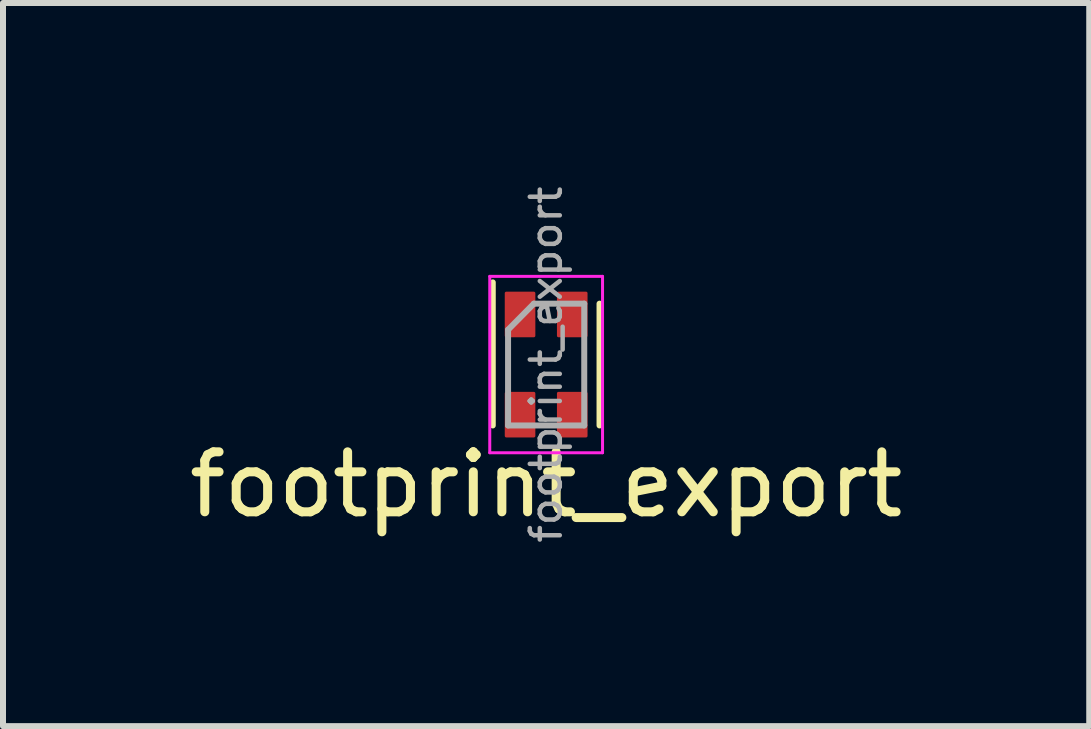
<source format=kicad_pcb>
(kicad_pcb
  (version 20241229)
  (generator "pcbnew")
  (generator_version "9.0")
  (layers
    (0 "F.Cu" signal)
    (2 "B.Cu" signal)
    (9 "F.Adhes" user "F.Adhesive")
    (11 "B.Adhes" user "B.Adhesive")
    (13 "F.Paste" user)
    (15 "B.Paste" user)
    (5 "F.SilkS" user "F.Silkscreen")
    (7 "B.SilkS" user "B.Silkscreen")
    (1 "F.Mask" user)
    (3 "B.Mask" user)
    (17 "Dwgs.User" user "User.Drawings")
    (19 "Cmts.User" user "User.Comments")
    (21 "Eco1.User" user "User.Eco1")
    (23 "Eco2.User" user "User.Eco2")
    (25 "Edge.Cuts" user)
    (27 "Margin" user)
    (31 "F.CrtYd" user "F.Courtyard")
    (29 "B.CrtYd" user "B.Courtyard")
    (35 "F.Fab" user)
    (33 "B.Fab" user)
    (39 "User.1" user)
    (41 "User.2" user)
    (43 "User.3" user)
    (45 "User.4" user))
  (footprint "footprint_export"
    (layer "F.Cu")
    (at 6.054 3.027)
    (property "Reference" "footprint_export" (at 0 2 0) (layer "F.SilkS") (effects (font (size 1 1) (thickness 0.15))))
    (attr smd)
    (fp_line (start -0.89 -1.37) (end -0.89 1.015) (stroke (width 0.1) (type solid)) (layer "F.SilkS"))
    (fp_line (start 0.89 -1.015) (end 0.89 1.015) (stroke (width 0.1) (type solid)) (layer "F.SilkS"))
    (fp_line (start -0.94 -1.47) (end 0.94 -1.47) (stroke (width 0.05) (type solid)) (layer "F.CrtYd"))
    (fp_line (start -0.94 1.47) (end -0.94 -1.47) (stroke (width 0.05) (type solid)) (layer "F.CrtYd"))
    (fp_line (start -0.94 1.47) (end 0.94 1.47) (stroke (width 0.05) (type solid)) (layer "F.CrtYd"))
    (fp_line (start 0.94 1.47) (end 0.94 -1.47) (stroke (width 0.05) (type solid)) (layer "F.CrtYd"))
    (fp_line (start -0.635 -0.58) (end -0.635 1.015) (stroke (width 0.1) (type solid)) (layer "F.Fab"))
    (fp_line (start -0.635 -0.58) (end -0.205 -1.015) (stroke (width 0.1) (type solid)) (layer "F.Fab"))
    (fp_line (start -0.635 1.015) (end 0.635 1.015) (stroke (width 0.1) (type solid)) (layer "F.Fab"))
    (fp_line (start -0.205 -1.015) (end 0.635 -1.015) (stroke (width 0.1) (type solid)) (layer "F.Fab"))
    (fp_line (start 0.635 -1.015) (end 0.635 1.015) (stroke (width 0.1) (type solid)) (layer "F.Fab"))
    (fp_text user "${REFERENCE}" (at 0 0 90) (layer "F.Fab") (effects (font (size 0.5 0.5) (thickness 0.075))))
    (pad "1" smd roundrect (at -0.435 -0.835) (size 0.51 0.76) (layers "F.Cu" "F.Mask" "F.Paste") (roundrect_rratio 0.05))
    (pad "2" smd roundrect (at -0.435 0.835) (size 0.51 0.76) (layers "F.Cu" "F.Mask" "F.Paste") (roundrect_rratio 0.05))
    (pad "3" smd roundrect (at 0.435 0.835) (size 0.51 0.76) (layers "F.Cu" "F.Mask" "F.Paste") (roundrect_rratio 0.05))
    (pad "4" smd roundrect (at 0.435 -0.835) (size 0.51 0.76) (layers "F.Cu" "F.Mask" "F.Paste") (roundrect_rratio 0.05)))
  (gr_rect
    (start -3 -3)
    (end 15.107 9.054)
    (stroke (width 0.1) (type default))
    (fill no)
    (layer "Edge.Cuts")))
</source>
